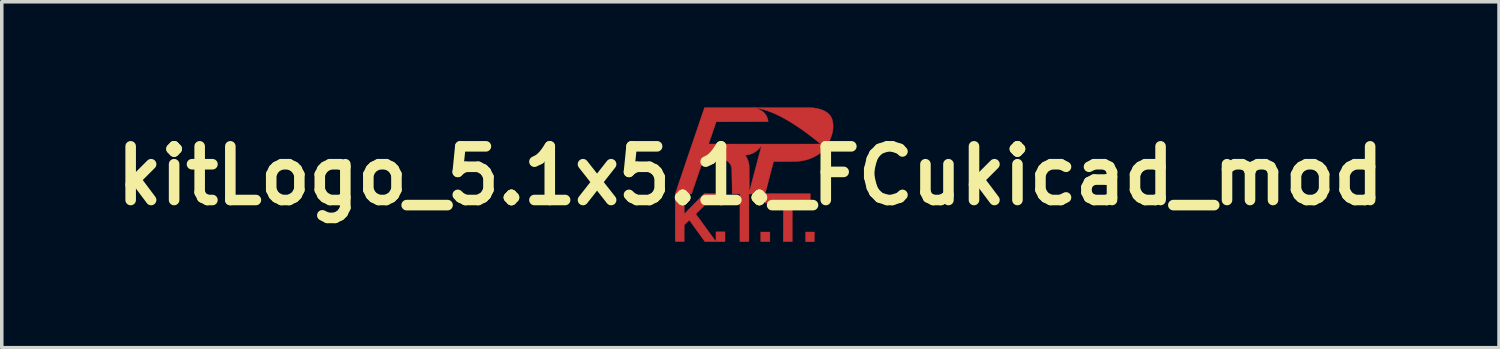
<source format=kicad_pcb>
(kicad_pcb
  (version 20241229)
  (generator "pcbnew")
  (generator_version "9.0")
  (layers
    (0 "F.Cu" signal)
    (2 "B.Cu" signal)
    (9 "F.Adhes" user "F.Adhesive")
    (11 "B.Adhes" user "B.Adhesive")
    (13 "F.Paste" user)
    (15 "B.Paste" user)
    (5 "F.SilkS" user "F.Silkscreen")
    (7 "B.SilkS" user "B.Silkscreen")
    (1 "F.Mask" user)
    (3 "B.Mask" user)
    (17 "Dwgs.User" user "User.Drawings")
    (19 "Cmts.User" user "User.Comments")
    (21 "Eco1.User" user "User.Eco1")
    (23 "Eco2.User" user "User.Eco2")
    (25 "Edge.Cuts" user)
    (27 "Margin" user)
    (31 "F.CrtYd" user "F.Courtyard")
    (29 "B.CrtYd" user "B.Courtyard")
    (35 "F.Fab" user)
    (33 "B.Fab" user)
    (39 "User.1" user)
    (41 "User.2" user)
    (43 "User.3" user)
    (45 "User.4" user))
  (footprint "kitLogo_5.1x5.1._FCukicad_mod"
    (layer "F.Cu")
    (at 18.259 1.94)
    (property "Reference" "kitLogo_5.1x5.1._FCukicad_mod" (at 0 0 0) (layer "F.SilkS") (effects (font (size 1.524 1.524) (thickness 0.3))))
    (attr through_hole)
    (fp_poly (pts (xy 0.554 1.872) (xy 0.292 1.872) (xy 0.292 1.598) (xy 0.554 1.598) (xy 0.554 1.872)) (stroke (width 0.01) (type solid)) (fill yes) (layer "F.Cu"))
    (fp_poly (pts (xy 1.819 1.661) (xy 1.819 1.681) (xy 1.818 1.705) (xy 1.818 1.731) (xy 1.818 1.757) (xy 1.817 1.783) (xy 1.817 1.8) (xy 1.815 1.877) (xy 1.567 1.877) (xy 1.567 1.598) (xy 1.819 1.598) (xy 1.819 1.661)) (stroke (width 0.01) (type solid)) (fill yes) (layer "F.Cu"))
    (fp_poly (pts (xy 0.315 -1.935) (xy 0.43 -1.935) (xy 0.541 -1.935) (xy 0.646 -1.935) (xy 0.747 -1.935) (xy 0.842 -1.935) (xy 0.932 -1.935) (xy 1.018 -1.935) (xy 1.098 -1.935) (xy 1.174 -1.935) (xy 1.245 -1.935) (xy 1.31 -1.935) (xy 1.371 -1.935) (xy 1.427 -1.935) (xy 1.478 -1.935) (xy 1.525 -1.934) (xy 1.566 -1.934) (xy 1.603 -1.934) (xy 1.634 -1.934) (xy 1.661 -1.934) (xy 1.684 -1.934) (xy 1.701 -1.933) (xy 1.714 -1.933) (xy 1.722 -1.933) (xy 1.725 -1.933) (xy 1.795 -1.926) (xy 1.861 -1.916) (xy 1.922 -1.904) (xy 1.979 -1.889) (xy 2.032 -1.872) (xy 2.081 -1.851) (xy 2.126 -1.828) (xy 2.167 -1.802) (xy 2.204 -1.774) (xy 2.237 -1.742) (xy 2.266 -1.708) (xy 2.285 -1.68) (xy 2.299 -1.655) (xy 2.312 -1.625) (xy 2.324 -1.592) (xy 2.333 -1.557) (xy 2.341 -1.52) (xy 2.343 -1.506) (xy 2.345 -1.488) (xy 2.347 -1.467) (xy 2.348 -1.443) (xy 2.349 -1.419) (xy 2.349 -1.394) (xy 2.349 -1.37) (xy 2.348 -1.349) (xy 2.347 -1.34) (xy 2.341 -1.284) (xy 2.33 -1.228) (xy 2.315 -1.171) (xy 2.296 -1.112) (xy 2.278 -1.064) (xy 2.272 -1.049) (xy 2.266 -1.034) (xy 2.259 -1.018) (xy 2.253 -1.004) (xy 2.247 -0.991) (xy 2.242 -0.98) (xy 2.238 -0.972) (xy 2.236 -0.968) (xy 2.236 -0.968) (xy 2.234 -0.965) (xy 2.231 -0.959) (xy 2.226 -0.949) (xy 2.22 -0.937) (xy 2.213 -0.924) (xy 2.213 -0.924) (xy 2.183 -0.868) (xy 2.15 -0.816) (xy 2.115 -0.768) (xy 2.075 -0.723) (xy 2.032 -0.681) (xy 1.985 -0.642) (xy 1.957 -0.621) (xy 1.939 -0.609) (xy 1.917 -0.595) (xy 1.892 -0.58) (xy 1.866 -0.565) (xy 1.839 -0.55) (xy 1.812 -0.536) (xy 1.787 -0.523) (xy 1.777 -0.518) (xy 1.717 -0.492) (xy 1.655 -0.47) (xy 1.59 -0.45) (xy 1.521 -0.434) (xy 1.45 -0.421) (xy 1.374 -0.41) (xy 1.322 -0.405) (xy 1.315 -0.405) (xy 1.306 -0.404) (xy 1.296 -0.404) (xy 1.285 -0.403) (xy 1.271 -0.403) (xy 1.256 -0.402) (xy 1.238 -0.402) (xy 1.217 -0.402) (xy 1.193 -0.402) (xy 1.166 -0.402) (xy 1.135 -0.402) (xy 1.1 -0.401) (xy 1.061 -0.401) (xy 1.017 -0.401) (xy 0.969 -0.401) (xy 0.969 -0.401) (xy 0.659 -0.401) (xy 0.638 -0.323) (xy 0.617 -0.241) (xy 0.596 -0.164) (xy 0.577 -0.091) (xy 0.559 -0.023) (xy 0.543 0.04) (xy 0.527 0.099) (xy 0.513 0.153) (xy 0.5 0.204) (xy 0.488 0.25) (xy 0.477 0.292) (xy 0.467 0.329) (xy 0.458 0.363) (xy 0.45 0.394) (xy 0.443 0.42) (xy 0.437 0.442) (xy 0.432 0.462) (xy 0.429 0.477) (xy 0.426 0.489) (xy 0.423 0.498) (xy 0.422 0.504) (xy 0.422 0.506) (xy 0.422 0.506) (xy 0.424 0.506) (xy 0.432 0.507) (xy 0.444 0.507) (xy 0.46 0.507) (xy 0.481 0.507) (xy 0.505 0.507) (xy 0.534 0.507) (xy 0.566 0.507) (xy 0.601 0.507) (xy 0.64 0.508) (xy 0.681 0.508) (xy 0.726 0.508) (xy 0.772 0.508) (xy 0.822 0.508) (xy 0.873 0.508) (xy 0.926 0.508) (xy 0.98 0.508) (xy 1.036 0.508) (xy 1.062 0.508) (xy 1.702 0.508) (xy 1.702 0.775) (xy 1.191 0.775) (xy 1.191 1.872) (xy 0.933 1.872) (xy 0.935 0.775) (xy 0.422 0.775) (xy 0.419 0.768) (xy 0.418 0.764) (xy 0.418 0.755) (xy 0.418 0.742) (xy 0.417 0.725) (xy 0.417 0.705) (xy 0.417 0.681) (xy 0.417 0.654) (xy 0.417 0.64) (xy 0.417 0.518) (xy 0.188 0.518) (xy -0.041 0.518) (xy -0.041 1.195) (xy -0.041 1.872) (xy -0.298 1.872) (xy -0.297 0.518) (xy -0.517 0.518) (xy -0.519 0.404) (xy -0.52 0.333) (xy -0.521 0.267) (xy -0.522 0.206) (xy -0.523 0.15) (xy -0.524 0.098) (xy -0.525 0.05) (xy -0.525 0.007) (xy -0.526 -0.031) (xy -0.527 -0.066) (xy -0.528 -0.097) (xy -0.528 -0.123) (xy -0.529 -0.146) (xy -0.53 -0.165) (xy -0.53 -0.181) (xy -0.531 -0.193) (xy -0.532 -0.202) (xy -0.532 -0.206) (xy -0.54 -0.246) (xy -0.551 -0.283) (xy -0.566 -0.316) (xy -0.585 -0.346) (xy -0.607 -0.373) (xy -0.615 -0.381) (xy -0.64 -0.403) (xy -0.667 -0.422) (xy -0.697 -0.437) (xy -0.731 -0.45) (xy -0.743 -0.453) (xy -0.751 -0.456) (xy -0.758 -0.458) (xy -0.764 -0.459) (xy -0.771 -0.461) (xy -0.778 -0.462) (xy -0.785 -0.463) (xy -0.794 -0.464) (xy -0.804 -0.465) (xy -0.816 -0.466) (xy -0.829 -0.466) (xy -0.845 -0.466) (xy -0.864 -0.467) (xy -0.885 -0.467) (xy -0.91 -0.467) (xy -0.938 -0.467) (xy -0.97 -0.467) (xy -1.007 -0.467) (xy -1.048 -0.467) (xy -1.072 -0.467) (xy -1.334 -0.466) (xy -1.344 -0.438) (xy -1.347 -0.428) (xy -1.352 -0.413) (xy -1.359 -0.394) (xy -1.367 -0.37) (xy -1.377 -0.341) (xy -1.389 -0.308) (xy -1.402 -0.27) (xy -1.416 -0.228) (xy -1.432 -0.182) (xy -1.449 -0.131) (xy -1.468 -0.076) (xy -1.489 -0.017) (xy -1.49 -0.014) (xy -1.5 0.017) (xy -1.512 0.052) (xy -1.525 0.09) (xy -1.539 0.13) (xy -1.553 0.17) (xy -1.567 0.211) (xy -1.58 0.252) (xy -1.593 0.29) (xy -1.606 0.326) (xy -1.608 0.332) (xy -1.67 0.518) (xy -1.774 0.518) (xy -1.877 0.518) (xy -1.877 1.086) (xy -1.836 1.044) (xy -1.825 1.033) (xy -1.811 1.019) (xy -1.795 1.003) (xy -1.778 0.985) (xy -1.759 0.965) (xy -1.74 0.946) (xy -1.721 0.926) (xy -1.712 0.917) (xy -1.697 0.902) (xy -1.679 0.883) (xy -1.658 0.862) (xy -1.636 0.838) (xy -1.611 0.813) (xy -1.585 0.787) (xy -1.559 0.76) (xy -1.532 0.732) (xy -1.505 0.705) (xy -1.479 0.678) (xy -1.471 0.67) (xy -1.313 0.508) (xy -1.138 0.507) (xy -1.109 0.507) (xy -1.081 0.507) (xy -1.056 0.507) (xy -1.032 0.507) (xy -1.011 0.507) (xy -0.994 0.507) (xy -0.98 0.507) (xy -0.97 0.507) (xy -0.964 0.507) (xy -0.963 0.507) (xy -0.965 0.509) (xy -0.969 0.514) (xy -0.976 0.521) (xy -0.986 0.53) (xy -0.996 0.541) (xy -0.999 0.543) (xy -1.018 0.562) (xy -1.041 0.584) (xy -1.068 0.61) (xy -1.097 0.639) (xy -1.13 0.671) (xy -1.167 0.707) (xy -1.206 0.747) (xy -1.25 0.79) (xy -1.296 0.836) (xy -1.325 0.864) (xy -1.349 0.888) (xy -1.372 0.911) (xy -1.396 0.934) (xy -1.418 0.956) (xy -1.439 0.977) (xy -1.458 0.996) (xy -1.475 1.013) (xy -1.49 1.027) (xy -1.502 1.039) (xy -1.51 1.048) (xy -1.512 1.049) (xy -1.55 1.086) (xy -1.531 1.111) (xy -1.526 1.119) (xy -1.518 1.13) (xy -1.508 1.144) (xy -1.496 1.16) (xy -1.482 1.178) (xy -1.468 1.198) (xy -1.454 1.218) (xy -1.445 1.229) (xy -1.43 1.25) (xy -1.412 1.275) (xy -1.393 1.301) (xy -1.372 1.329) (xy -1.351 1.358) (xy -1.33 1.387) (xy -1.31 1.414) (xy -1.292 1.44) (xy -1.291 1.44) (xy -1.272 1.467) (xy -1.251 1.496) (xy -1.228 1.526) (xy -1.205 1.558) (xy -1.183 1.589) (xy -1.161 1.619) (xy -1.141 1.646) (xy -1.125 1.668) (xy -1.101 1.701) (xy -1.079 1.731) (xy -1.059 1.758) (xy -1.043 1.78) (xy -1.028 1.8) (xy -1.016 1.816) (xy -1.006 1.83) (xy -0.998 1.84) (xy -0.992 1.849) (xy -0.987 1.855) (xy -0.983 1.859) (xy -0.981 1.861) (xy -0.98 1.862) (xy -0.98 1.859) (xy -0.979 1.852) (xy -0.979 1.84) (xy -0.979 1.825) (xy -0.978 1.805) (xy -0.978 1.783) (xy -0.978 1.757) (xy -0.978 1.728) (xy -0.978 1.727) (xy -0.978 1.593) (xy -0.721 1.593) (xy -0.721 1.872) (xy -1.006 1.872) (xy -1.292 1.872) (xy -1.444 1.662) (xy -1.467 1.63) (xy -1.49 1.598) (xy -1.514 1.566) (xy -1.537 1.534) (xy -1.559 1.503) (xy -1.581 1.473) (xy -1.601 1.445) (xy -1.62 1.419) (xy -1.637 1.396) (xy -1.651 1.376) (xy -1.663 1.359) (xy -1.665 1.357) (xy -1.733 1.263) (xy -1.754 1.282) (xy -1.761 1.289) (xy -1.771 1.299) (xy -1.784 1.311) (xy -1.798 1.324) (xy -1.813 1.338) (xy -1.827 1.351) (xy -1.879 1.401) (xy -1.88 1.635) (xy -1.88 1.869) (xy -2.134 1.869) (xy -2.134 0.514) (xy -2.014 0.158) (xy -1.984 0.069) (xy -1.955 -0.019) (xy -1.926 -0.105) (xy -1.897 -0.19) (xy -1.869 -0.274) (xy -1.84 -0.358) (xy -1.812 -0.443) (xy -1.782 -0.529) (xy -1.764 -0.584) (xy -0.149 -0.584) (xy -0.134 -0.563) (xy -0.108 -0.522) (xy -0.086 -0.478) (xy -0.067 -0.431) (xy -0.052 -0.382) (xy -0.04 -0.33) (xy -0.036 -0.3) (xy -0.035 -0.292) (xy -0.035 -0.28) (xy -0.034 -0.262) (xy -0.034 -0.241) (xy -0.033 -0.215) (xy -0.033 -0.185) (xy -0.032 -0.151) (xy -0.032 -0.114) (xy -0.031 -0.073) (xy -0.031 -0.029) (xy -0.031 0.018) (xy -0.031 0.068) (xy -0.03 0.12) (xy -0.03 0.175) (xy -0.03 0.232) (xy -0.03 0.243) (xy -0.03 0.281) (xy -0.03 0.314) (xy -0.03 0.343) (xy -0.03 0.367) (xy -0.03 0.388) (xy -0.03 0.405) (xy -0.03 0.419) (xy -0.03 0.429) (xy -0.029 0.437) (xy -0.029 0.443) (xy -0.029 0.446) (xy -0.028 0.448) (xy -0.028 0.448) (xy -0.027 0.447) (xy -0.026 0.444) (xy -0.025 0.442) (xy -0.024 0.436) (xy -0.021 0.425) (xy -0.017 0.411) (xy -0.013 0.394) (xy -0.008 0.375) (xy -0.002 0.354) (xy 0.003 0.332) (xy 0.004 0.33) (xy 0.018 0.274) (xy 0.034 0.214) (xy 0.05 0.151) (xy 0.068 0.085) (xy 0.085 0.018) (xy 0.103 -0.05) (xy 0.121 -0.118) (xy 0.138 -0.184) (xy 0.156 -0.249) (xy 0.167 -0.291) (xy 0.176 -0.325) (xy 0.185 -0.359) (xy 0.194 -0.394) (xy 0.203 -0.428) (xy 0.212 -0.462) (xy 0.221 -0.493) (xy 0.228 -0.523) (xy 0.235 -0.549) (xy 0.241 -0.571) (xy 0.245 -0.585) (xy 0.252 -0.612) (xy 0.26 -0.64) (xy 0.268 -0.67) (xy 0.275 -0.699) (xy 0.283 -0.727) (xy 0.289 -0.752) (xy 0.293 -0.767) (xy 0.299 -0.786) (xy 0.303 -0.804) (xy 0.307 -0.82) (xy 0.311 -0.833) (xy 0.313 -0.843) (xy 0.314 -0.848) (xy 0.314 -0.85) (xy 0.313 -0.848) (xy 0.308 -0.843) (xy 0.303 -0.836) (xy 0.297 -0.829) (xy 0.284 -0.813) (xy 0.27 -0.796) (xy 0.254 -0.778) (xy 0.238 -0.761) (xy 0.223 -0.745) (xy 0.209 -0.732) (xy 0.208 -0.731) (xy 0.166 -0.697) (xy 0.122 -0.667) (xy 0.077 -0.642) (xy 0.029 -0.622) (xy -0.021 -0.605) (xy -0.073 -0.593) (xy -0.128 -0.586) (xy -0.132 -0.585) (xy -0.149 -0.584) (xy -1.764 -0.584) (xy -1.753 -0.616) (xy -1.722 -0.705) (xy -1.691 -0.797) (xy -1.659 -0.892) (xy -1.655 -0.902) (xy -1.184 -0.902) (xy -1.181 -0.901) (xy -1.174 -0.901) (xy -1.161 -0.901) (xy -1.144 -0.901) (xy -1.122 -0.901) (xy -1.095 -0.901) (xy -1.064 -0.901) (xy -1.028 -0.9) (xy -0.987 -0.9) (xy -0.942 -0.9) (xy -0.893 -0.9) (xy -0.84 -0.9) (xy -0.783 -0.9) (xy -0.721 -0.9) (xy -0.655 -0.9) (xy -0.586 -0.9) (xy -0.513 -0.9) (xy -0.436 -0.899) (xy -0.355 -0.899) (xy -0.27 -0.899) (xy -0.182 -0.899) (xy -0.091 -0.899) (xy 0.004 -0.899) (xy 0.102 -0.899) (xy 0.203 -0.899) (xy 0.308 -0.899) (xy 0.407 -0.899) (xy 0.505 -0.899) (xy 0.601 -0.899) (xy 0.695 -0.899) (xy 0.786 -0.899) (xy 0.876 -0.899) (xy 0.962 -0.899) (xy 1.046 -0.899) (xy 1.127 -0.899) (xy 1.205 -0.899) (xy 1.28 -0.899) (xy 1.352 -0.9) (xy 1.421 -0.9) (xy 1.486 -0.9) (xy 1.548 -0.9) (xy 1.607 -0.9) (xy 1.662 -0.9) (xy 1.713 -0.9) (xy 1.76 -0.9) (xy 1.803 -0.9) (xy 1.842 -0.9) (xy 1.877 -0.901) (xy 1.908 -0.901) (xy 1.934 -0.901) (xy 1.956 -0.901) (xy 1.973 -0.901) (xy 1.985 -0.901) (xy 1.993 -0.901) (xy 1.995 -0.901) (xy 1.995 -0.901) (xy 1.991 -0.905) (xy 1.983 -0.911) (xy 1.973 -0.92) (xy 1.959 -0.931) (xy 1.944 -0.943) (xy 1.927 -0.957) (xy 1.908 -0.972) (xy 1.889 -0.988) (xy 1.869 -1.003) (xy 1.849 -1.019) (xy 1.83 -1.034) (xy 1.811 -1.049) (xy 1.794 -1.062) (xy 1.779 -1.074) (xy 1.767 -1.084) (xy 1.765 -1.085) (xy 1.664 -1.162) (xy 1.565 -1.235) (xy 1.469 -1.305) (xy 1.374 -1.37) (xy 1.282 -1.431) (xy 1.192 -1.489) (xy 1.103 -1.544) (xy 1.016 -1.594) (xy 0.93 -1.642) (xy 0.845 -1.687) (xy 0.79 -1.714) (xy 0.759 -1.729) (xy 0.732 -1.742) (xy 0.707 -1.754) (xy 0.683 -1.764) (xy 0.659 -1.775) (xy 0.634 -1.785) (xy 0.606 -1.797) (xy 0.594 -1.801) (xy 0.517 -1.831) (xy 0.44 -1.857) (xy 0.365 -1.879) (xy 0.292 -1.897) (xy 0.221 -1.911) (xy 0.153 -1.921) (xy 0.152 -1.921) (xy 0.134 -1.924) (xy 0.121 -1.925) (xy 0.112 -1.925) (xy 0.108 -1.925) (xy 0.108 -1.924) (xy 0.113 -1.922) (xy 0.123 -1.92) (xy 0.133 -1.918) (xy 0.181 -1.906) (xy 0.227 -1.891) (xy 0.27 -1.872) (xy 0.31 -1.851) (xy 0.346 -1.827) (xy 0.378 -1.801) (xy 0.389 -1.791) (xy 0.415 -1.761) (xy 0.438 -1.73) (xy 0.458 -1.697) (xy 0.474 -1.661) (xy 0.488 -1.622) (xy 0.499 -1.579) (xy 0.5 -1.572) (xy 0.503 -1.56) (xy 0.505 -1.549) (xy 0.506 -1.541) (xy 0.506 -1.536) (xy 0.506 -1.536) (xy 0.504 -1.535) (xy 0.498 -1.535) (xy 0.488 -1.535) (xy 0.473 -1.534) (xy 0.454 -1.534) (xy 0.431 -1.534) (xy 0.403 -1.534) (xy 0.371 -1.534) (xy 0.334 -1.533) (xy 0.293 -1.533) (xy 0.247 -1.533) (xy 0.197 -1.533) (xy 0.142 -1.533) (xy 0.082 -1.533) (xy 0.017 -1.532) (xy -0.053 -1.532) (xy -0.128 -1.532) (xy -0.207 -1.532) (xy -0.232 -1.532) (xy -0.293 -1.532) (xy -0.352 -1.532) (xy -0.41 -1.532) (xy -0.466 -1.532) (xy -0.521 -1.532) (xy -0.573 -1.532) (xy -0.623 -1.532) (xy -0.67 -1.531) (xy -0.715 -1.531) (xy -0.757 -1.531) (xy -0.795 -1.531) (xy -0.831 -1.531) (xy -0.863 -1.531) (xy -0.891 -1.531) (xy -0.915 -1.531) (xy -0.935 -1.531) (xy -0.95 -1.531) (xy -0.962 -1.531) (xy -0.968 -1.531) (xy -0.97 -1.531) (xy -0.971 -1.528) (xy -0.973 -1.521) (xy -0.977 -1.51) (xy -0.982 -1.495) (xy -0.989 -1.477) (xy -0.996 -1.455) (xy -1.004 -1.431) (xy -1.013 -1.404) (xy -1.023 -1.376) (xy -1.034 -1.345) (xy -1.044 -1.314) (xy -1.056 -1.281) (xy -1.067 -1.248) (xy -1.078 -1.214) (xy -1.09 -1.18) (xy -1.101 -1.147) (xy -1.112 -1.114) (xy -1.123 -1.083) (xy -1.133 -1.053) (xy -1.143 -1.024) (xy -1.152 -0.998) (xy -1.16 -0.974) (xy -1.167 -0.953) (xy -1.173 -0.935) (xy -1.178 -0.921) (xy -1.181 -0.91) (xy -1.183 -0.903) (xy -1.184 -0.902) (xy -1.655 -0.902) (xy -1.625 -0.99) (xy -1.59 -1.093) (xy -1.575 -1.137) (xy -1.565 -1.164) (xy -1.555 -1.193) (xy -1.546 -1.222) (xy -1.536 -1.25) (xy -1.527 -1.276) (xy -1.519 -1.3) (xy -1.512 -1.321) (xy -1.506 -1.338) (xy -1.505 -1.341) (xy -1.5 -1.356) (xy -1.494 -1.374) (xy -1.486 -1.396) (xy -1.478 -1.422) (xy -1.468 -1.449) (xy -1.458 -1.479) (xy -1.448 -1.509) (xy -1.437 -1.541) (xy -1.427 -1.572) (xy -1.421 -1.587) (xy -1.411 -1.618) (xy -1.4 -1.65) (xy -1.389 -1.681) (xy -1.379 -1.711) (xy -1.369 -1.74) (xy -1.36 -1.766) (xy -1.352 -1.79) (xy -1.345 -1.81) (xy -1.34 -1.827) (xy -1.337 -1.834) (xy -1.331 -1.853) (xy -1.325 -1.871) (xy -1.319 -1.887) (xy -1.314 -1.901) (xy -1.311 -1.912) (xy -1.308 -1.919) (xy -1.308 -1.92) (xy -1.303 -1.935) (xy 0.194 -1.935) (xy 0.315 -1.935)) (stroke (width 0.01) (type solid)) (fill yes) (layer "F.Cu")))
  (gr_rect
    (start -3 -3)
    (end 39.518 6.823)
    (stroke (width 0.1) (type default))
    (fill no)
    (layer "Edge.Cuts")))
</source>
